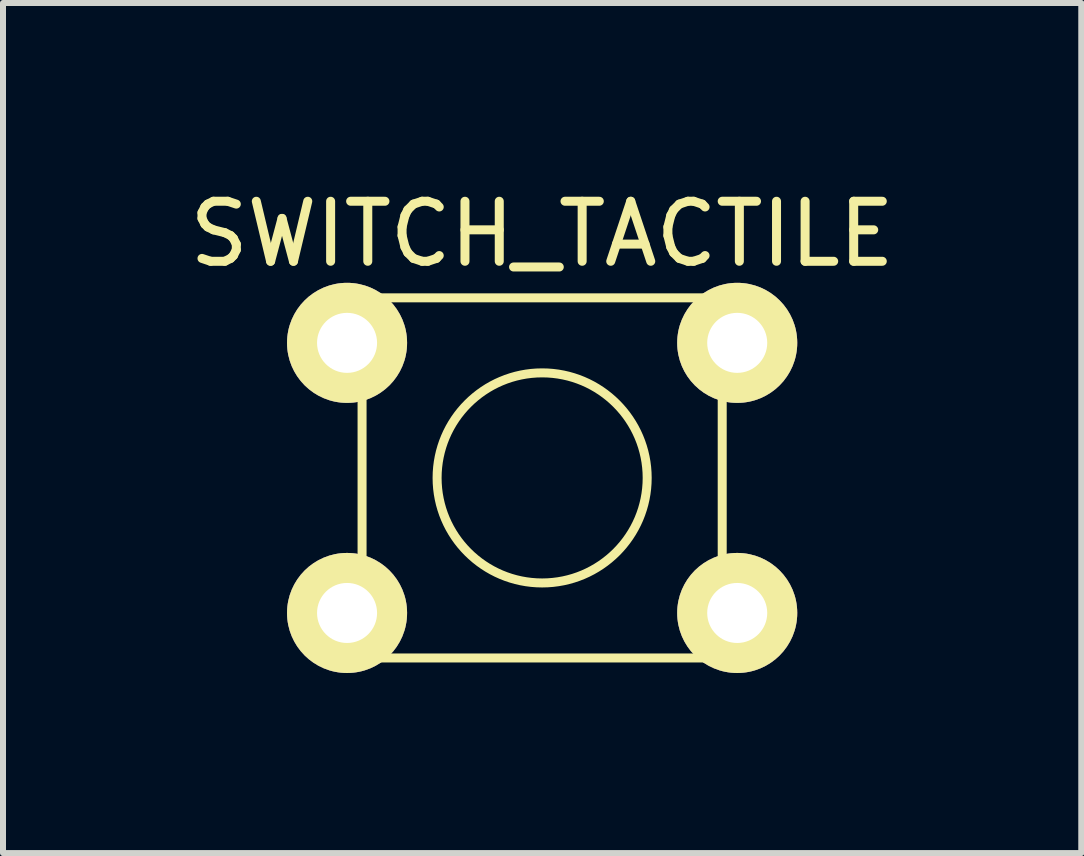
<source format=kicad_pcb>
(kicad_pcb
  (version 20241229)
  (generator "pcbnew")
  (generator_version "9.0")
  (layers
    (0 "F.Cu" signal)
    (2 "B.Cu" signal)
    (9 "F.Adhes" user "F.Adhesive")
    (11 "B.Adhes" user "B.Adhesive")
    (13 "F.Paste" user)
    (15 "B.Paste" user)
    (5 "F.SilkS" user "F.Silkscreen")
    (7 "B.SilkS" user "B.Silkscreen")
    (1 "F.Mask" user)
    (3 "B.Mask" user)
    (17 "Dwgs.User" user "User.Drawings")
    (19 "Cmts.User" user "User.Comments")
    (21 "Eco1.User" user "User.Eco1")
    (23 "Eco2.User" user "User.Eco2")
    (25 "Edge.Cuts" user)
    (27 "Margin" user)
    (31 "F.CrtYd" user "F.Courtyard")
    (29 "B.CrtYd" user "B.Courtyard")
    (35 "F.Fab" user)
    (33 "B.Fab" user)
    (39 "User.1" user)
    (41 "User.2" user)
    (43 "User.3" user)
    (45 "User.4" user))
  (footprint "SWITCH_TACTILE"
    (layer "F.Cu")
    (at 5.982 4.912)
    (property "Reference" "SWITCH_TACTILE" (at 0 -4.064 0) (layer "F.SilkS") (effects (font (size 1 1) (thickness 0.15))))
    (attr through_hole)
    (fp_line (start -3 -3) (end -3 3) (stroke (width 0.15) (type solid)) (layer "F.SilkS"))
    (fp_line (start -3 -3) (end 3 -3) (stroke (width 0.15) (type solid)) (layer "F.SilkS"))
    (fp_line (start -3 3) (end 3 3) (stroke (width 0.15) (type solid)) (layer "F.SilkS"))
    (fp_line (start 3 -3) (end 3 3) (stroke (width 0.15) (type solid)) (layer "F.SilkS"))
    (fp_circle (center 0 0) (end 1.75 0) (stroke (width 0.15) (type solid)) (fill no) (layer "F.SilkS"))
    (pad "1" thru_hole circle (at -3.25 -2.25) (size 2 2) (drill 1) (layers "*.Cu" "*.Mask" "F.SilkS"))
    (pad "1" thru_hole circle (at 3.25 -2.25) (size 2 2) (drill 1) (layers "*.Cu" "*.Mask" "F.SilkS"))
    (pad "2" thru_hole circle (at -3.25 2.25) (size 2 2) (drill 1) (layers "*.Cu" "*.Mask" "F.SilkS"))
    (pad "2" thru_hole circle (at 3.25 2.25) (size 2 2) (drill 1) (layers "*.Cu" "*.Mask" "F.SilkS")))
  (gr_rect
    (start -3 -3)
    (end 14.964 11.162)
    (stroke (width 0.1) (type default))
    (fill no)
    (layer "Edge.Cuts")))
</source>
